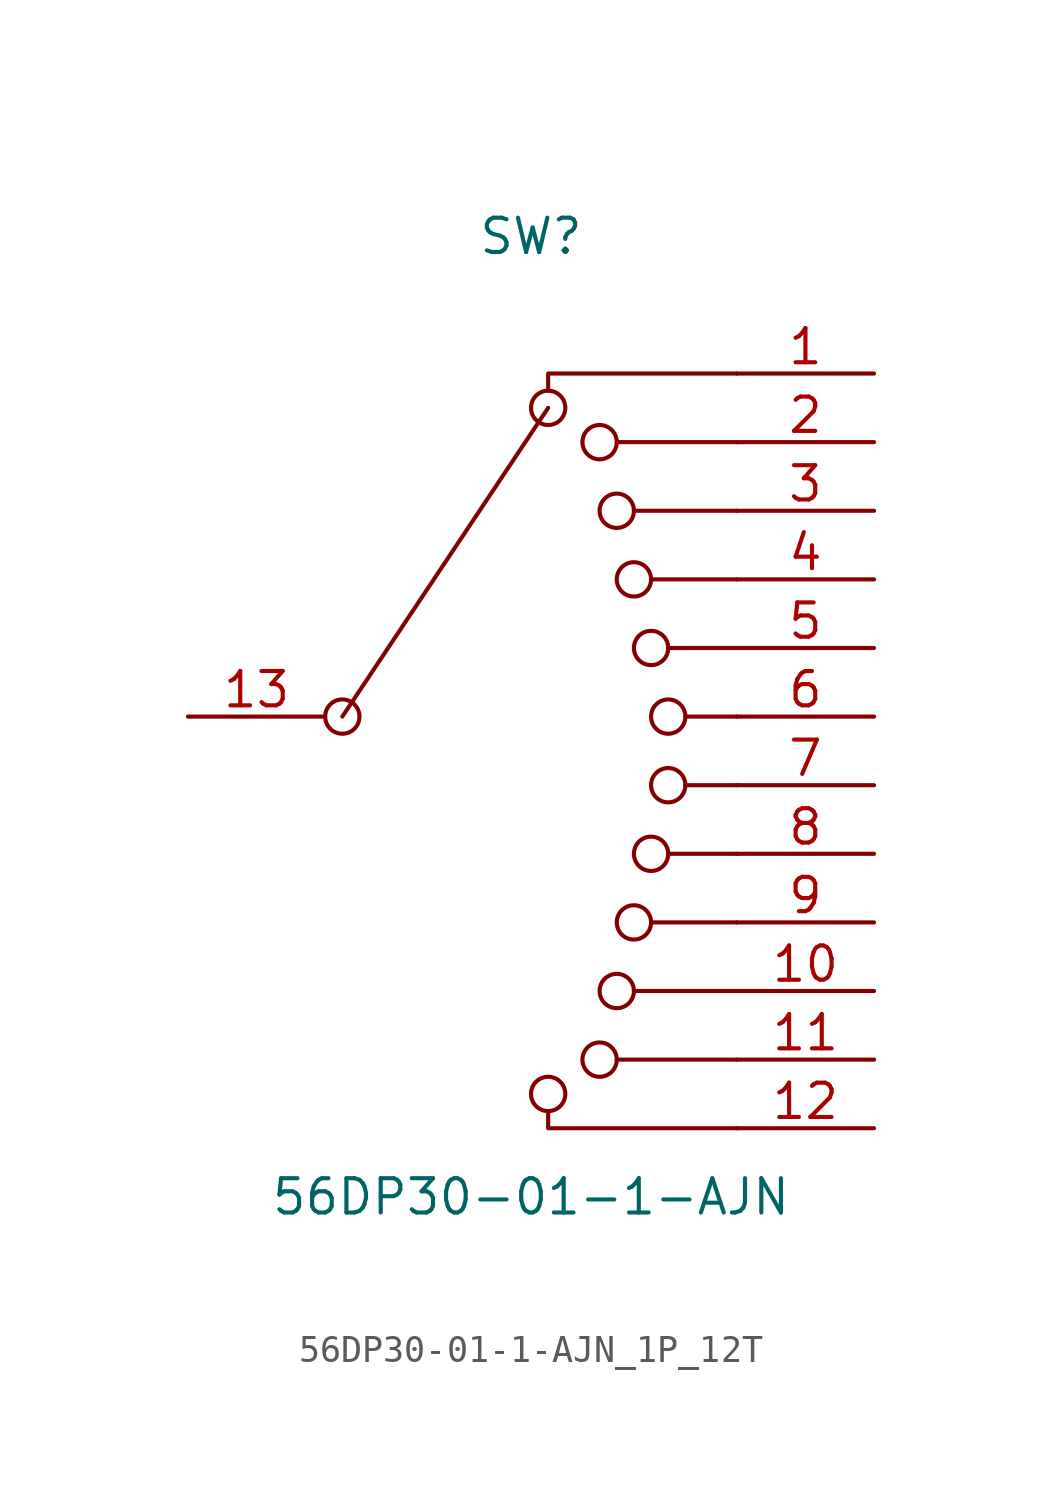
<source format=kicad_sym>
(kicad_symbol_lib
  (version 20220914)
  (generator kicad_symbol_editor)
  (symbol "56DP30-01-1-AJN_1P_12T"
    (pin_names
      (offset 1.016) hide)
    (property "Reference" "SW"
      (at 0 17.78 0)
      (effects (font (size 1.27 1.27))))
    (property "Value" "56DP30-01-1-AJN"
      (at 0 -17.78 0)
      (effects (font (size 1.27 1.27))))
    (symbol "56DP30-01-1-AJN_1P_12T_0_0"
      (circle (center -6.985 0) (radius 0.635) (stroke (width 0) (type default)) (fill (type none)))
      (polyline (pts (xy -6.985 0) (xy 0.635 11.43)) (stroke (width 0) (type default)) (fill (type none)))
      (polyline (pts (xy 3.175 -12.7) (xy 7.62 -12.7)) (stroke (width 0) (type default)) (fill (type none)))
      (polyline (pts (xy 3.175 10.16) (xy 7.62 10.16)) (stroke (width 0) (type default)) (fill (type none)))
      (polyline (pts (xy 3.81 -10.16) (xy 7.62 -10.16)) (stroke (width 0) (type default)) (fill (type none)))
      (polyline (pts (xy 3.81 7.62) (xy 7.62 7.62)) (stroke (width 0) (type default)) (fill (type none)))
      (polyline (pts (xy 4.445 -7.62) (xy 7.62 -7.62)) (stroke (width 0) (type default)) (fill (type none)))
      (polyline (pts (xy 4.445 5.08) (xy 7.62 5.08)) (stroke (width 0) (type default)) (fill (type none)))
      (polyline (pts (xy 5.08 -5.08) (xy 7.62 -5.08)) (stroke (width 0) (type default)) (fill (type none)))
      (polyline (pts (xy 5.08 2.54) (xy 7.62 2.54)) (stroke (width 0) (type default)) (fill (type none)))
      (polyline (pts (xy 7.62 -2.54) (xy 5.715 -2.54)) (stroke (width 0) (type default)) (fill (type none)))
      (polyline (pts (xy 7.62 0) (xy 5.715 0)) (stroke (width 0) (type default)) (fill (type none)))
      (polyline (pts (xy 0.635 -14.605) (xy 0.635 -15.24) (xy 7.62 -15.24)) (stroke (width 0) (type default)) (fill (type none)))
      (polyline (pts (xy 0.635 12.065) (xy 0.635 12.7) (xy 7.62 12.7)) (stroke (width 0) (type default)) (fill (type none)))
      (circle (center 0.635 -13.97) (radius 0.635) (stroke (width 0) (type default)) (fill (type none)))
      (circle (center 0.635 11.43) (radius 0.635) (stroke (width 0) (type default)) (fill (type none)))
      (circle (center 2.54 -12.7) (radius 0.635) (stroke (width 0) (type default)) (fill (type none)))
      (circle (center 2.54 10.16) (radius 0.635) (stroke (width 0) (type default)) (fill (type none)))
      (circle (center 3.175 -10.16) (radius 0.635) (stroke (width 0) (type default)) (fill (type none)))
      (circle (center 3.175 7.62) (radius 0.635) (stroke (width 0) (type default)) (fill (type none)))
      (circle (center 3.81 -7.62) (radius 0.635) (stroke (width 0) (type default)) (fill (type none)))
      (circle (center 3.81 5.08) (radius 0.635) (stroke (width 0) (type default)) (fill (type none)))
      (circle (center 4.445 -5.08) (radius 0.635) (stroke (width 0) (type default)) (fill (type none)))
      (circle (center 4.445 2.54) (radius 0.635) (stroke (width 0) (type default)) (fill (type none)))
      (circle (center 5.08 -2.54) (radius 0.635) (stroke (width 0) (type default)) (fill (type none)))
      (circle (center 5.08 0) (radius 0.635) (stroke (width 0) (type default)) (fill (type none))))
    (symbol "56DP30-01-1-AJN_1P_12T_0_1"
      (pin passive line (at 12.7 12.7 180) (length 5.08) (name "1" (effects (font (size 1.27 1.27)))) (number "1" (effects (font (size 1.27 1.27)))))
      (pin passive line (at 12.7 -10.16 180) (length 5.08) (name "10" (effects (font (size 1.27 1.27)))) (number "10" (effects (font (size 1.27 1.27)))))
      (pin passive line (at 12.7 -12.7 180) (length 5.08) (name "11" (effects (font (size 1.27 1.27)))) (number "11" (effects (font (size 1.27 1.27)))))
      (pin passive line (at 12.7 -15.24 180) (length 5.08) (name "12" (effects (font (size 1.27 1.27)))) (number "12" (effects (font (size 1.27 1.27)))))
      (pin passive line (at -12.7 0 0) (length 5.08) (name "13" (effects (font (size 1.27 1.27)))) (number "13" (effects (font (size 1.27 1.27)))))
      (pin passive line (at 12.7 10.16 180) (length 5.08) (name "2" (effects (font (size 1.27 1.27)))) (number "2" (effects (font (size 1.27 1.27)))))
      (pin passive line (at 12.7 7.62 180) (length 5.08) (name "3" (effects (font (size 1.27 1.27)))) (number "3" (effects (font (size 1.27 1.27)))))
      (pin passive line (at 12.7 5.08 180) (length 5.08) (name "4" (effects (font (size 1.27 1.27)))) (number "4" (effects (font (size 1.27 1.27)))))
      (pin passive line (at 12.7 2.54 180) (length 5.08) (name "5" (effects (font (size 1.27 1.27)))) (number "5" (effects (font (size 1.27 1.27)))))
      (pin passive line (at 12.7 0 180) (length 5.08) (name "6" (effects (font (size 1.27 1.27)))) (number "6" (effects (font (size 1.27 1.27)))))
      (pin passive line (at 12.7 -2.54 180) (length 5.08) (name "7" (effects (font (size 1.27 1.27)))) (number "7" (effects (font (size 1.27 1.27)))))
      (pin passive line (at 12.7 -5.08 180) (length 5.08) (name "8" (effects (font (size 1.27 1.27)))) (number "8" (effects (font (size 1.27 1.27)))))
      (pin passive line (at 12.7 -7.62 180) (length 5.08) (name "9" (effects (font (size 1.27 1.27)))) (number "9" (effects (font (size 1.27 1.27))))))))
</source>
